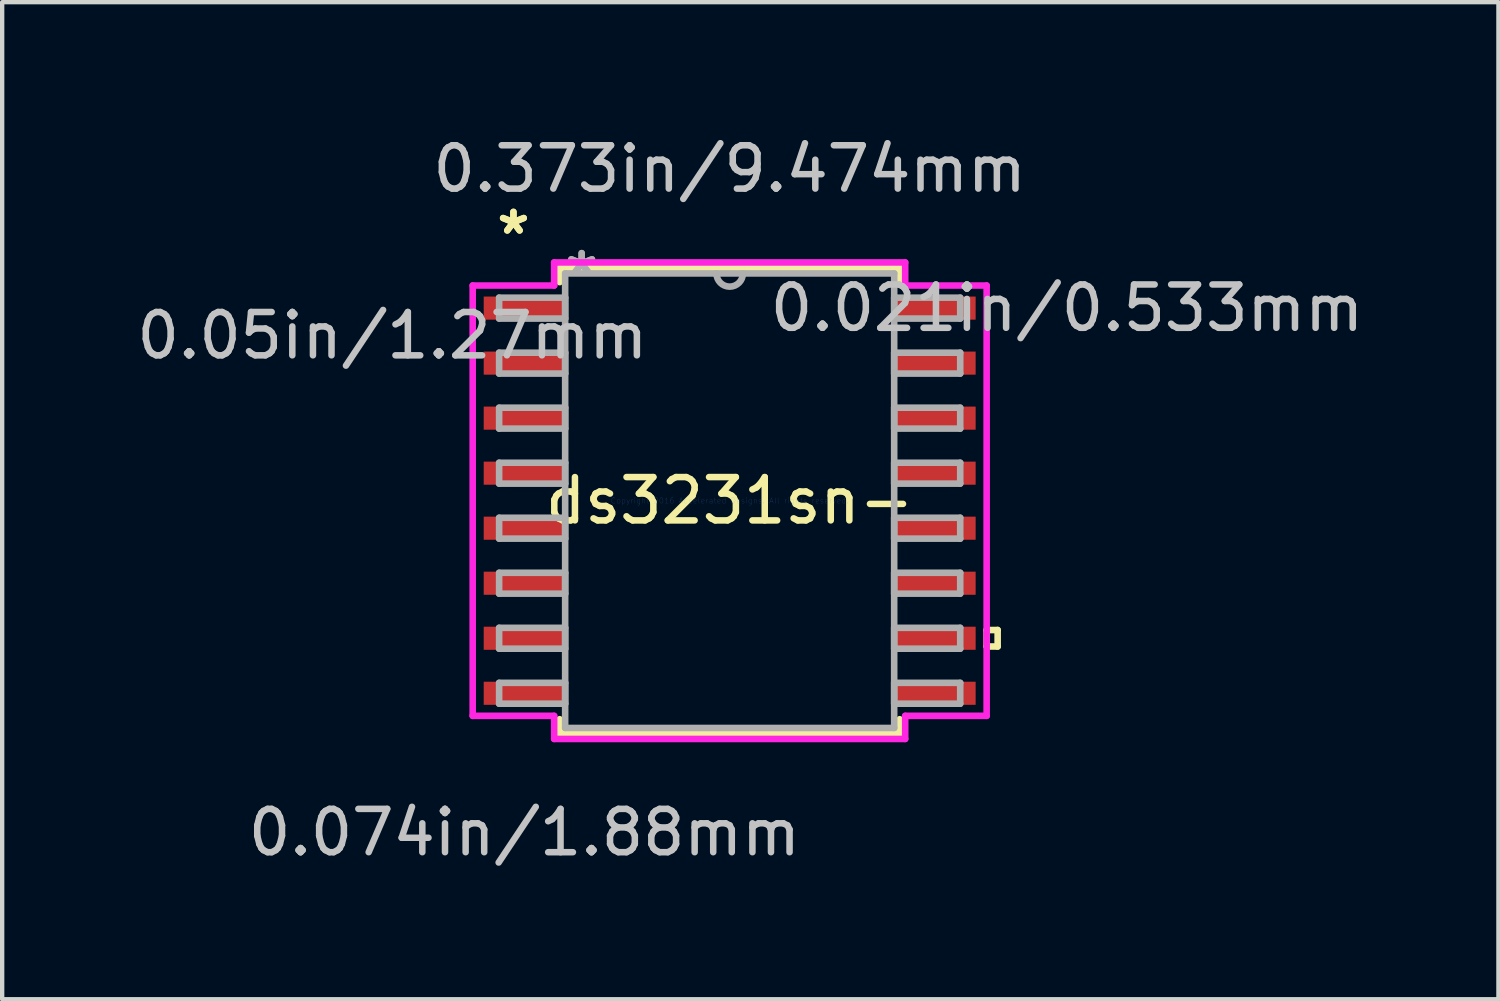
<source format=kicad_pcb>
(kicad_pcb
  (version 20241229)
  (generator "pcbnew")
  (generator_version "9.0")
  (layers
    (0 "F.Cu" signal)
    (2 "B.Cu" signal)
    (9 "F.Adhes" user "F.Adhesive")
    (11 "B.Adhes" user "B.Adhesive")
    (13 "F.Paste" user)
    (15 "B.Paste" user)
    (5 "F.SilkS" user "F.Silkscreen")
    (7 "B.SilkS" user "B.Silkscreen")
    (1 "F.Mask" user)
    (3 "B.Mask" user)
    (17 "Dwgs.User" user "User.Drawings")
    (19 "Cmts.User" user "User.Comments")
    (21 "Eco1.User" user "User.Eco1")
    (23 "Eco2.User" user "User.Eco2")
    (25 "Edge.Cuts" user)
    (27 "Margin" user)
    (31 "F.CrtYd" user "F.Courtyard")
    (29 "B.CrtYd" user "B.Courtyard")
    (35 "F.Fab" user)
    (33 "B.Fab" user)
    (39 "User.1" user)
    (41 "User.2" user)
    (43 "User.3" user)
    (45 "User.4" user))
  (footprint "ds3231sn-"
    (layer "F.Cu")
    (at 13.791 8.506)
    (property "Reference" "ds3231sn-" (at 0 0 0) (layer "F.SilkS") (effects (font (size 1 1) (thickness 0.15))))
    (attr through_hole)
    (fp_line (start -3.924 -5.372) (end -3.924 -5.044) (stroke (width 0.152) (type solid)) (layer "F.SilkS"))
    (fp_line (start -3.924 5.044) (end -3.924 5.372) (stroke (width 0.152) (type solid)) (layer "F.SilkS"))
    (fp_line (start -3.924 5.372) (end 3.924 5.372) (stroke (width 0.152) (type solid)) (layer "F.SilkS"))
    (fp_line (start 3.924 -5.372) (end -3.924 -5.372) (stroke (width 0.152) (type solid)) (layer "F.SilkS"))
    (fp_line (start 3.924 -5.044) (end 3.924 -5.372) (stroke (width 0.152) (type solid)) (layer "F.SilkS"))
    (fp_line (start 3.924 5.372) (end 3.924 5.044) (stroke (width 0.152) (type solid)) (layer "F.SilkS"))
    (fp_line (start 5.931 2.985) (end 6.185 2.985) (stroke (width 0.152) (type solid)) (layer "F.SilkS"))
    (fp_line (start 5.931 3.365) (end 5.931 2.985) (stroke (width 0.152) (type solid)) (layer "F.SilkS"))
    (fp_line (start 6.185 2.985) (end 6.185 3.365) (stroke (width 0.152) (type solid)) (layer "F.SilkS"))
    (fp_line (start 6.185 3.365) (end 5.931 3.365) (stroke (width 0.152) (type solid)) (layer "F.SilkS"))
    (fp_line (start -5.931 -4.966) (end -4.051 -4.966) (stroke (width 0.152) (type solid)) (layer "F.CrtYd"))
    (fp_line (start -5.931 4.966) (end -5.931 -4.966) (stroke (width 0.152) (type solid)) (layer "F.CrtYd"))
    (fp_line (start -4.051 -5.499) (end 4.051 -5.499) (stroke (width 0.152) (type solid)) (layer "F.CrtYd"))
    (fp_line (start -4.051 -4.966) (end -4.051 -5.499) (stroke (width 0.152) (type solid)) (layer "F.CrtYd"))
    (fp_line (start -4.051 4.966) (end -5.931 4.966) (stroke (width 0.152) (type solid)) (layer "F.CrtYd"))
    (fp_line (start -4.051 5.499) (end -4.051 4.966) (stroke (width 0.152) (type solid)) (layer "F.CrtYd"))
    (fp_line (start 4.051 -5.499) (end 4.051 -4.966) (stroke (width 0.152) (type solid)) (layer "F.CrtYd"))
    (fp_line (start 4.051 -4.966) (end 5.931 -4.966) (stroke (width 0.152) (type solid)) (layer "F.CrtYd"))
    (fp_line (start 4.051 4.966) (end 4.051 5.499) (stroke (width 0.152) (type solid)) (layer "F.CrtYd"))
    (fp_line (start 4.051 5.499) (end -4.051 5.499) (stroke (width 0.152) (type solid)) (layer "F.CrtYd"))
    (fp_line (start 5.931 -4.966) (end 5.931 4.966) (stroke (width 0.152) (type solid)) (layer "F.CrtYd"))
    (fp_line (start 5.931 4.966) (end 4.051 4.966) (stroke (width 0.152) (type solid)) (layer "F.CrtYd"))
    (fp_line (start -5.321 -4.686) (end -5.321 -4.204) (stroke (width 0.152) (type solid)) (layer "F.Fab"))
    (fp_line (start -5.321 -4.204) (end -3.797 -4.204) (stroke (width 0.152) (type solid)) (layer "F.Fab"))
    (fp_line (start -5.321 -3.416) (end -5.321 -2.934) (stroke (width 0.152) (type solid)) (layer "F.Fab"))
    (fp_line (start -5.321 -2.934) (end -3.797 -2.934) (stroke (width 0.152) (type solid)) (layer "F.Fab"))
    (fp_line (start -5.321 -2.146) (end -5.321 -1.664) (stroke (width 0.152) (type solid)) (layer "F.Fab"))
    (fp_line (start -5.321 -1.664) (end -3.797 -1.664) (stroke (width 0.152) (type solid)) (layer "F.Fab"))
    (fp_line (start -5.321 -0.876) (end -5.321 -0.394) (stroke (width 0.152) (type solid)) (layer "F.Fab"))
    (fp_line (start -5.321 -0.394) (end -3.797 -0.394) (stroke (width 0.152) (type solid)) (layer "F.Fab"))
    (fp_line (start -5.321 0.394) (end -5.321 0.876) (stroke (width 0.152) (type solid)) (layer "F.Fab"))
    (fp_line (start -5.321 0.876) (end -3.797 0.876) (stroke (width 0.152) (type solid)) (layer "F.Fab"))
    (fp_line (start -5.321 1.664) (end -5.321 2.146) (stroke (width 0.152) (type solid)) (layer "F.Fab"))
    (fp_line (start -5.321 2.146) (end -3.797 2.146) (stroke (width 0.152) (type solid)) (layer "F.Fab"))
    (fp_line (start -5.321 2.934) (end -5.321 3.416) (stroke (width 0.152) (type solid)) (layer "F.Fab"))
    (fp_line (start -5.321 3.416) (end -3.797 3.416) (stroke (width 0.152) (type solid)) (layer "F.Fab"))
    (fp_line (start -5.321 4.204) (end -5.321 4.686) (stroke (width 0.152) (type solid)) (layer "F.Fab"))
    (fp_line (start -5.321 4.686) (end -3.797 4.686) (stroke (width 0.152) (type solid)) (layer "F.Fab"))
    (fp_line (start -3.797 -5.245) (end -3.797 5.245) (stroke (width 0.152) (type solid)) (layer "F.Fab"))
    (fp_line (start -3.797 -4.686) (end -5.321 -4.686) (stroke (width 0.152) (type solid)) (layer "F.Fab"))
    (fp_line (start -3.797 -4.204) (end -3.797 -4.686) (stroke (width 0.152) (type solid)) (layer "F.Fab"))
    (fp_line (start -3.797 -3.416) (end -5.321 -3.416) (stroke (width 0.152) (type solid)) (layer "F.Fab"))
    (fp_line (start -3.797 -2.934) (end -3.797 -3.416) (stroke (width 0.152) (type solid)) (layer "F.Fab"))
    (fp_line (start -3.797 -2.146) (end -5.321 -2.146) (stroke (width 0.152) (type solid)) (layer "F.Fab"))
    (fp_line (start -3.797 -1.664) (end -3.797 -2.146) (stroke (width 0.152) (type solid)) (layer "F.Fab"))
    (fp_line (start -3.797 -0.876) (end -5.321 -0.876) (stroke (width 0.152) (type solid)) (layer "F.Fab"))
    (fp_line (start -3.797 -0.394) (end -3.797 -0.876) (stroke (width 0.152) (type solid)) (layer "F.Fab"))
    (fp_line (start -3.797 0.394) (end -5.321 0.394) (stroke (width 0.152) (type solid)) (layer "F.Fab"))
    (fp_line (start -3.797 0.876) (end -3.797 0.394) (stroke (width 0.152) (type solid)) (layer "F.Fab"))
    (fp_line (start -3.797 1.664) (end -5.321 1.664) (stroke (width 0.152) (type solid)) (layer "F.Fab"))
    (fp_line (start -3.797 2.146) (end -3.797 1.664) (stroke (width 0.152) (type solid)) (layer "F.Fab"))
    (fp_line (start -3.797 2.934) (end -5.321 2.934) (stroke (width 0.152) (type solid)) (layer "F.Fab"))
    (fp_line (start -3.797 3.416) (end -3.797 2.934) (stroke (width 0.152) (type solid)) (layer "F.Fab"))
    (fp_line (start -3.797 4.204) (end -5.321 4.204) (stroke (width 0.152) (type solid)) (layer "F.Fab"))
    (fp_line (start -3.797 4.686) (end -3.797 4.204) (stroke (width 0.152) (type solid)) (layer "F.Fab"))
    (fp_line (start -3.797 5.245) (end 3.797 5.245) (stroke (width 0.152) (type solid)) (layer "F.Fab"))
    (fp_line (start 3.797 -5.245) (end -3.797 -5.245) (stroke (width 0.152) (type solid)) (layer "F.Fab"))
    (fp_line (start 3.797 -4.686) (end 3.797 -4.204) (stroke (width 0.152) (type solid)) (layer "F.Fab"))
    (fp_line (start 3.797 -4.204) (end 5.321 -4.204) (stroke (width 0.152) (type solid)) (layer "F.Fab"))
    (fp_line (start 3.797 -3.416) (end 3.797 -2.934) (stroke (width 0.152) (type solid)) (layer "F.Fab"))
    (fp_line (start 3.797 -2.934) (end 5.321 -2.934) (stroke (width 0.152) (type solid)) (layer "F.Fab"))
    (fp_line (start 3.797 -2.146) (end 3.797 -1.664) (stroke (width 0.152) (type solid)) (layer "F.Fab"))
    (fp_line (start 3.797 -1.664) (end 5.321 -1.664) (stroke (width 0.152) (type solid)) (layer "F.Fab"))
    (fp_line (start 3.797 -0.876) (end 3.797 -0.394) (stroke (width 0.152) (type solid)) (layer "F.Fab"))
    (fp_line (start 3.797 -0.394) (end 5.321 -0.394) (stroke (width 0.152) (type solid)) (layer "F.Fab"))
    (fp_line (start 3.797 0.394) (end 3.797 0.876) (stroke (width 0.152) (type solid)) (layer "F.Fab"))
    (fp_line (start 3.797 0.876) (end 5.321 0.876) (stroke (width 0.152) (type solid)) (layer "F.Fab"))
    (fp_line (start 3.797 1.664) (end 3.797 2.146) (stroke (width 0.152) (type solid)) (layer "F.Fab"))
    (fp_line (start 3.797 2.146) (end 5.321 2.146) (stroke (width 0.152) (type solid)) (layer "F.Fab"))
    (fp_line (start 3.797 2.934) (end 3.797 3.416) (stroke (width 0.152) (type solid)) (layer "F.Fab"))
    (fp_line (start 3.797 3.416) (end 5.321 3.416) (stroke (width 0.152) (type solid)) (layer "F.Fab"))
    (fp_line (start 3.797 4.204) (end 3.797 4.686) (stroke (width 0.152) (type solid)) (layer "F.Fab"))
    (fp_line (start 3.797 4.686) (end 5.321 4.686) (stroke (width 0.152) (type solid)) (layer "F.Fab"))
    (fp_line (start 3.797 5.245) (end 3.797 -5.245) (stroke (width 0.152) (type solid)) (layer "F.Fab"))
    (fp_line (start 5.321 -4.686) (end 3.797 -4.686) (stroke (width 0.152) (type solid)) (layer "F.Fab"))
    (fp_line (start 5.321 -4.204) (end 5.321 -4.686) (stroke (width 0.152) (type solid)) (layer "F.Fab"))
    (fp_line (start 5.321 -3.416) (end 3.797 -3.416) (stroke (width 0.152) (type solid)) (layer "F.Fab"))
    (fp_line (start 5.321 -2.934) (end 5.321 -3.416) (stroke (width 0.152) (type solid)) (layer "F.Fab"))
    (fp_line (start 5.321 -2.146) (end 3.797 -2.146) (stroke (width 0.152) (type solid)) (layer "F.Fab"))
    (fp_line (start 5.321 -1.664) (end 5.321 -2.146) (stroke (width 0.152) (type solid)) (layer "F.Fab"))
    (fp_line (start 5.321 -0.876) (end 3.797 -0.876) (stroke (width 0.152) (type solid)) (layer "F.Fab"))
    (fp_line (start 5.321 -0.394) (end 5.321 -0.876) (stroke (width 0.152) (type solid)) (layer "F.Fab"))
    (fp_line (start 5.321 0.394) (end 3.797 0.394) (stroke (width 0.152) (type solid)) (layer "F.Fab"))
    (fp_line (start 5.321 0.876) (end 5.321 0.394) (stroke (width 0.152) (type solid)) (layer "F.Fab"))
    (fp_line (start 5.321 1.664) (end 3.797 1.664) (stroke (width 0.152) (type solid)) (layer "F.Fab"))
    (fp_line (start 5.321 2.146) (end 5.321 1.664) (stroke (width 0.152) (type solid)) (layer "F.Fab"))
    (fp_line (start 5.321 2.934) (end 3.797 2.934) (stroke (width 0.152) (type solid)) (layer "F.Fab"))
    (fp_line (start 5.321 3.416) (end 5.321 2.934) (stroke (width 0.152) (type solid)) (layer "F.Fab"))
    (fp_line (start 5.321 4.204) (end 3.797 4.204) (stroke (width 0.152) (type solid)) (layer "F.Fab"))
    (fp_line (start 5.321 4.686) (end 5.321 4.204) (stroke (width 0.152) (type solid)) (layer "F.Fab"))
    (fp_arc (start 0.3048 -5.2451) (mid 0 -4.9403) (end -0.3048 -5.2451) (stroke (width 0.1524) (type solid)) (layer "F.Fab"))
    (fp_text user "*" (at -4.991 -6.121 0) (layer "F.SilkS") (effects (font (size 1 1) (thickness 0.15))))
    (fp_text user "*" (at -4.991 -6.121 0) (layer "F.SilkS") (effects (font (size 1 1) (thickness 0.15))))
    (fp_text user "0.021in/0.533mm" (at 7.785 -4.445 0) (layer "Dwgs.User") (effects (font (size 1 1) (thickness 0.15))))
    (fp_text user "0.05in/1.27mm" (at -7.785 -3.81 0) (layer "Dwgs.User") (effects (font (size 1 1) (thickness 0.15))))
    (fp_text user "0.373in/9.474mm" (at 0 -7.658 0) (layer "Dwgs.User") (effects (font (size 1 1) (thickness 0.15))))
    (fp_text user "0.074in/1.88mm" (at -4.737 7.658 0) (layer "Dwgs.User") (effects (font (size 1 1) (thickness 0.15))))
    (fp_text user "Copyright 2016 Accelerated Designs. All rights reserved." (at 0 0 0) (layer "Cmts.User") (effects (font (size 0.127 0.127) (thickness 0.002))))
    (fp_text user "*" (at -3.416 -5.169 0) (layer "F.Fab") (effects (font (size 1 1) (thickness 0.15))))
    (fp_text user "*" (at -3.416 -5.169 0) (layer "F.Fab") (effects (font (size 1 1) (thickness 0.15))))
    (pad "1" smd rect (at -4.737 -4.445) (size 1.88 0.533) (layers "F.Cu" "F.Mask" "F.Paste"))
    (pad "2" smd rect (at -4.737 -3.175) (size 1.88 0.533) (layers "F.Cu" "F.Mask" "F.Paste"))
    (pad "3" smd rect (at -4.737 -1.905) (size 1.88 0.533) (layers "F.Cu" "F.Mask" "F.Paste"))
    (pad "4" smd rect (at -4.737 -0.635) (size 1.88 0.533) (layers "F.Cu" "F.Mask" "F.Paste"))
    (pad "5" smd rect (at -4.737 0.635) (size 1.88 0.533) (layers "F.Cu" "F.Mask" "F.Paste"))
    (pad "6" smd rect (at -4.737 1.905) (size 1.88 0.533) (layers "F.Cu" "F.Mask" "F.Paste"))
    (pad "7" smd rect (at -4.737 3.175) (size 1.88 0.533) (layers "F.Cu" "F.Mask" "F.Paste"))
    (pad "8" smd rect (at -4.737 4.445) (size 1.88 0.533) (layers "F.Cu" "F.Mask" "F.Paste"))
    (pad "9" smd rect (at 4.737 4.445) (size 1.88 0.533) (layers "F.Cu" "F.Mask" "F.Paste"))
    (pad "10" smd rect (at 4.737 3.175) (size 1.88 0.533) (layers "F.Cu" "F.Mask" "F.Paste"))
    (pad "11" smd rect (at 4.737 1.905) (size 1.88 0.533) (layers "F.Cu" "F.Mask" "F.Paste"))
    (pad "12" smd rect (at 4.737 0.635) (size 1.88 0.533) (layers "F.Cu" "F.Mask" "F.Paste"))
    (pad "13" smd rect (at 4.737 -0.635) (size 1.88 0.533) (layers "F.Cu" "F.Mask" "F.Paste"))
    (pad "14" smd rect (at 4.737 -1.905) (size 1.88 0.533) (layers "F.Cu" "F.Mask" "F.Paste"))
    (pad "15" smd rect (at 4.737 -3.175) (size 1.88 0.533) (layers "F.Cu" "F.Mask" "F.Paste"))
    (pad "16" smd rect (at 4.737 -4.445) (size 1.88 0.533) (layers "F.Cu" "F.Mask" "F.Paste")))
  (gr_rect
    (start -3 -3)
    (end 31.534 20.013)
    (stroke (width 0.1) (type default))
    (fill no)
    (layer "Edge.Cuts")))
</source>
